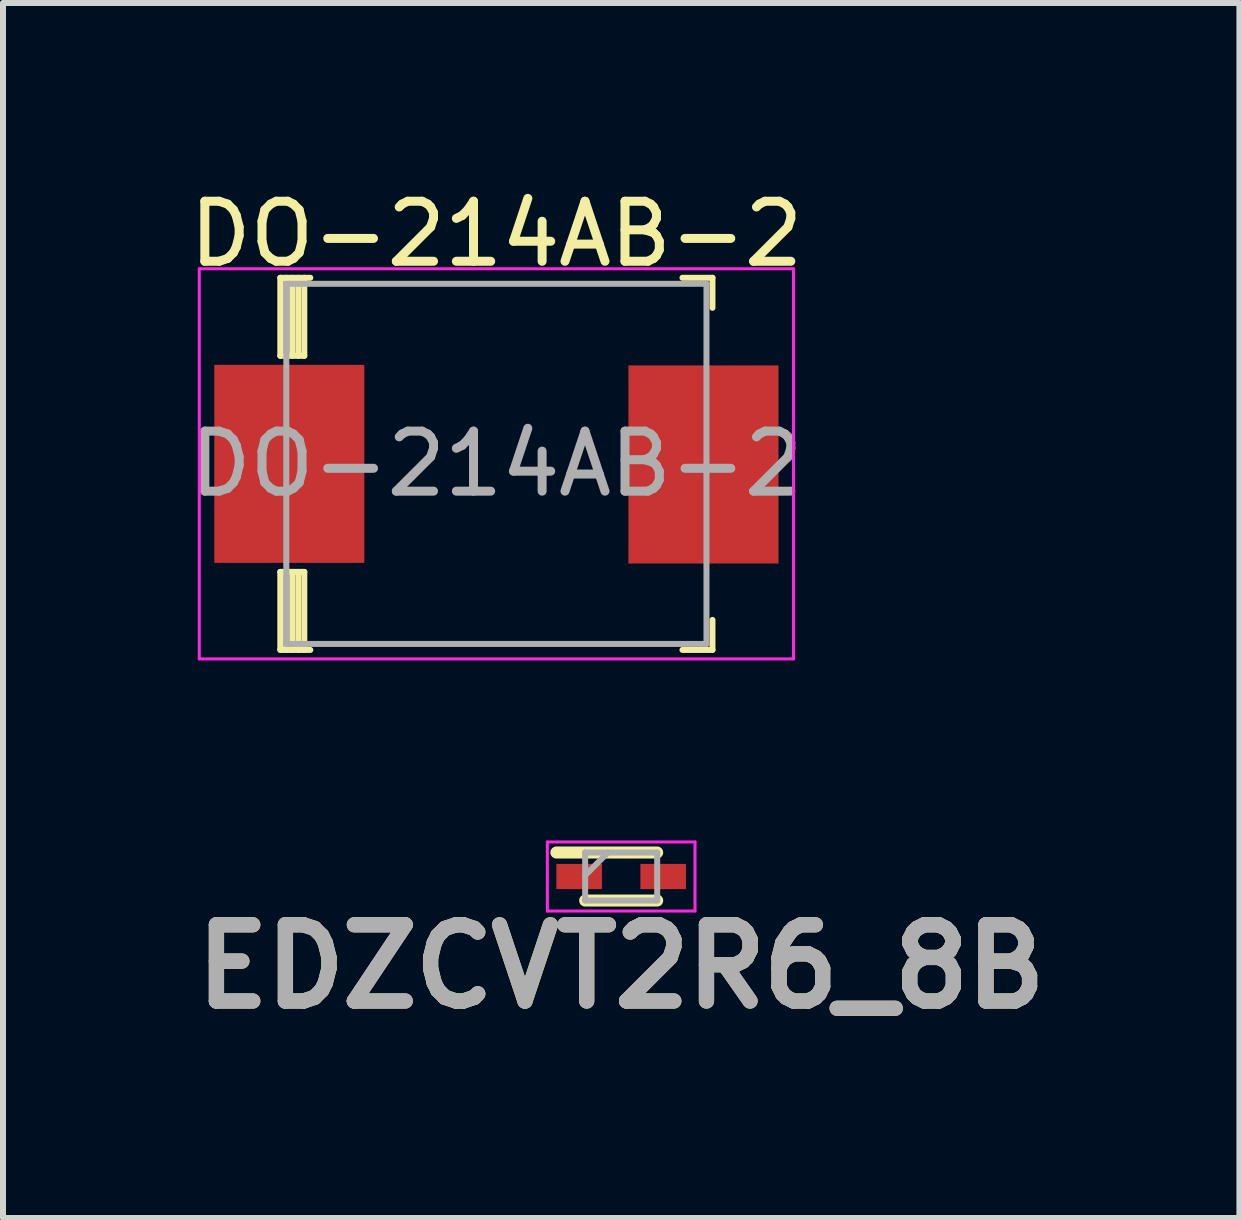
<source format=kicad_pcb>
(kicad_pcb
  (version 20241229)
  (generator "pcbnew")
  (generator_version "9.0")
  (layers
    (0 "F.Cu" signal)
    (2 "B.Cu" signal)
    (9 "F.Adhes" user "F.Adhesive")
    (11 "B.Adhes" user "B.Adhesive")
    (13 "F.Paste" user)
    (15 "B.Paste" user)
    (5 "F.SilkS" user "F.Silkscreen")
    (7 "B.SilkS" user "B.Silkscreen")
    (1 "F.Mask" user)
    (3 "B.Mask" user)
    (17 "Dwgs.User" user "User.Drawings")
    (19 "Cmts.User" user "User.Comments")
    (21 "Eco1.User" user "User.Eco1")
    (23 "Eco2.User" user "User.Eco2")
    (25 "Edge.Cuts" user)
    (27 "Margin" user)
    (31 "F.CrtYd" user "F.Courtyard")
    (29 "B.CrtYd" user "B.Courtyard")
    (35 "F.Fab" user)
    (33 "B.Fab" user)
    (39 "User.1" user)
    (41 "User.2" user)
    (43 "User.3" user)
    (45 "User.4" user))
  (footprint "DO-214AB-2"
    (layer "F.Cu")
    (at 5.22 4.678)
    (property "Reference" "DO-214AB-2" (at 0 -3.83 0) (layer "F.SilkS") (effects (font (size 1 1) (thickness 0.15))))
    (attr smd)
    (fp_line (start -3.6 -3.1) (end -3.6 -1.8) (stroke (width 0.1) (type solid)) (layer "F.SilkS"))
    (fp_line (start -3.6 -3.1) (end -3.1 -3.1) (stroke (width 0.1) (type solid)) (layer "F.SilkS"))
    (fp_line (start -3.6 -1.8) (end -3.2 -1.8) (stroke (width 0.1) (type solid)) (layer "F.SilkS"))
    (fp_line (start -3.6 1.8) (end -3.2 1.8) (stroke (width 0.1) (type solid)) (layer "F.SilkS"))
    (fp_line (start -3.6 3.1) (end -3.6 1.8) (stroke (width 0.1) (type solid)) (layer "F.SilkS"))
    (fp_line (start -3.6 3.1) (end -3.1 3.1) (stroke (width 0.1) (type solid)) (layer "F.SilkS"))
    (fp_line (start -3.5 -3.1) (end -3.5 -1.8) (stroke (width 0.1) (type solid)) (layer "F.SilkS"))
    (fp_line (start -3.5 3.1) (end -3.5 1.8) (stroke (width 0.1) (type solid)) (layer "F.SilkS"))
    (fp_line (start -3.4 -3.1) (end -3.4 -1.8) (stroke (width 0.1) (type solid)) (layer "F.SilkS"))
    (fp_line (start -3.4 3.1) (end -3.4 1.8) (stroke (width 0.1) (type solid)) (layer "F.SilkS"))
    (fp_line (start -3.3 -3.1) (end -3.3 -1.8) (stroke (width 0.1) (type solid)) (layer "F.SilkS"))
    (fp_line (start -3.3 3.1) (end -3.3 1.8) (stroke (width 0.1) (type solid)) (layer "F.SilkS"))
    (fp_line (start -3.2 -3.1) (end -3.2 -1.8) (stroke (width 0.1) (type solid)) (layer "F.SilkS"))
    (fp_line (start -3.2 3.1) (end -3.2 1.8) (stroke (width 0.1) (type solid)) (layer "F.SilkS"))
    (fp_line (start 3.6 -3.1) (end 3.1 -3.1) (stroke (width 0.1) (type solid)) (layer "F.SilkS"))
    (fp_line (start 3.6 -3.1) (end 3.6 -2.6) (stroke (width 0.1) (type solid)) (layer "F.SilkS"))
    (fp_line (start 3.6 3.1) (end 3.1 3.1) (stroke (width 0.1) (type solid)) (layer "F.SilkS"))
    (fp_line (start 3.6 3.1) (end 3.6 2.6) (stroke (width 0.1) (type solid)) (layer "F.SilkS"))
    (fp_line (start -4.95 -3.25) (end 4.95 -3.25) (stroke (width 0.05) (type solid)) (layer "F.CrtYd"))
    (fp_line (start -4.95 3.25) (end -4.95 -3.25) (stroke (width 0.05) (type solid)) (layer "F.CrtYd"))
    (fp_line (start -4.95 3.25) (end 4.95 3.25) (stroke (width 0.05) (type solid)) (layer "F.CrtYd"))
    (fp_line (start 4.95 3.25) (end 4.95 -3.25) (stroke (width 0.05) (type solid)) (layer "F.CrtYd"))
    (fp_line (start -3.5 -3) (end -3.5 3) (stroke (width 0.1) (type solid)) (layer "F.Fab"))
    (fp_line (start -3.5 -3) (end 3.5 -3) (stroke (width 0.1) (type solid)) (layer "F.Fab"))
    (fp_line (start -3.5 3) (end 3.5 3) (stroke (width 0.1) (type solid)) (layer "F.Fab"))
    (fp_line (start 3.5 -3) (end 3.5 3) (stroke (width 0.1) (type solid)) (layer "F.Fab"))
    (fp_text user "${REFERENCE}" (at 0 0 0) (layer "F.Fab") (effects (font (size 1 1) (thickness 0.15))))
    (pad "1" smd rect (at -3.45 0) (size 2.5 3.3) (layers "F.Cu" "F.Mask" "F.Paste"))
    (pad "2" smd rect (at 3.45 0.01) (size 2.5 3.3) (layers "F.Cu" "F.Mask" "F.Paste")))
  (footprint "EDZCVT2R6_8B"
    (layer "F.Cu")
    (at 7.299 11.553)
    (property "Reference" "EDZCVT2R6_8B" (at 0 1.5 0) (layer "F.SilkS") (effects (font (size 1.27 1.27) (thickness 0.254))))
    (attr smd)
    (fp_line (start -1.08 -0.4) (end 0.6 -0.4) (stroke (width 0.2) (type solid)) (layer "F.SilkS"))
    (fp_line (start -0.6 0.4) (end 0.6 0.4) (stroke (width 0.2) (type solid)) (layer "F.SilkS"))
    (fp_line (start -1.23 -0.575) (end 1.23 -0.575) (stroke (width 0.05) (type solid)) (layer "F.CrtYd"))
    (fp_line (start -1.23 0.575) (end -1.23 -0.575) (stroke (width 0.05) (type solid)) (layer "F.CrtYd"))
    (fp_line (start 1.23 -0.575) (end 1.23 0.575) (stroke (width 0.05) (type solid)) (layer "F.CrtYd"))
    (fp_line (start 1.23 0.575) (end -1.23 0.575) (stroke (width 0.05) (type solid)) (layer "F.CrtYd"))
    (fp_line (start -0.6 -0.4) (end 0.6 -0.4) (stroke (width 0.1) (type solid)) (layer "F.Fab"))
    (fp_line (start -0.6 -0.02) (end -0.22 -0.4) (stroke (width 0.1) (type solid)) (layer "F.Fab"))
    (fp_line (start -0.6 0.4) (end -0.6 -0.4) (stroke (width 0.1) (type solid)) (layer "F.Fab"))
    (fp_line (start 0.6 -0.4) (end 0.6 0.4) (stroke (width 0.1) (type solid)) (layer "F.Fab"))
    (fp_line (start 0.6 0.4) (end -0.6 0.4) (stroke (width 0.1) (type solid)) (layer "F.Fab"))
    (fp_text user "${REFERENCE}" (at 0 1.5 0) (layer "F.Fab") (effects (font (size 1.27 1.27) (thickness 0.254))))
    (pad "1" smd rect (at -0.7 0 90) (size 0.42 0.76) (layers "F.Cu" "F.Mask" "F.Paste"))
    (pad "2" smd rect (at 0.7 0 90) (size 0.42 0.76) (layers "F.Cu" "F.Mask" "F.Paste")))
  (gr_rect
    (start -3 -3)
    (end 17.599 17.242)
    (stroke (width 0.1) (type default))
    (fill no)
    (layer "Edge.Cuts")))
</source>
